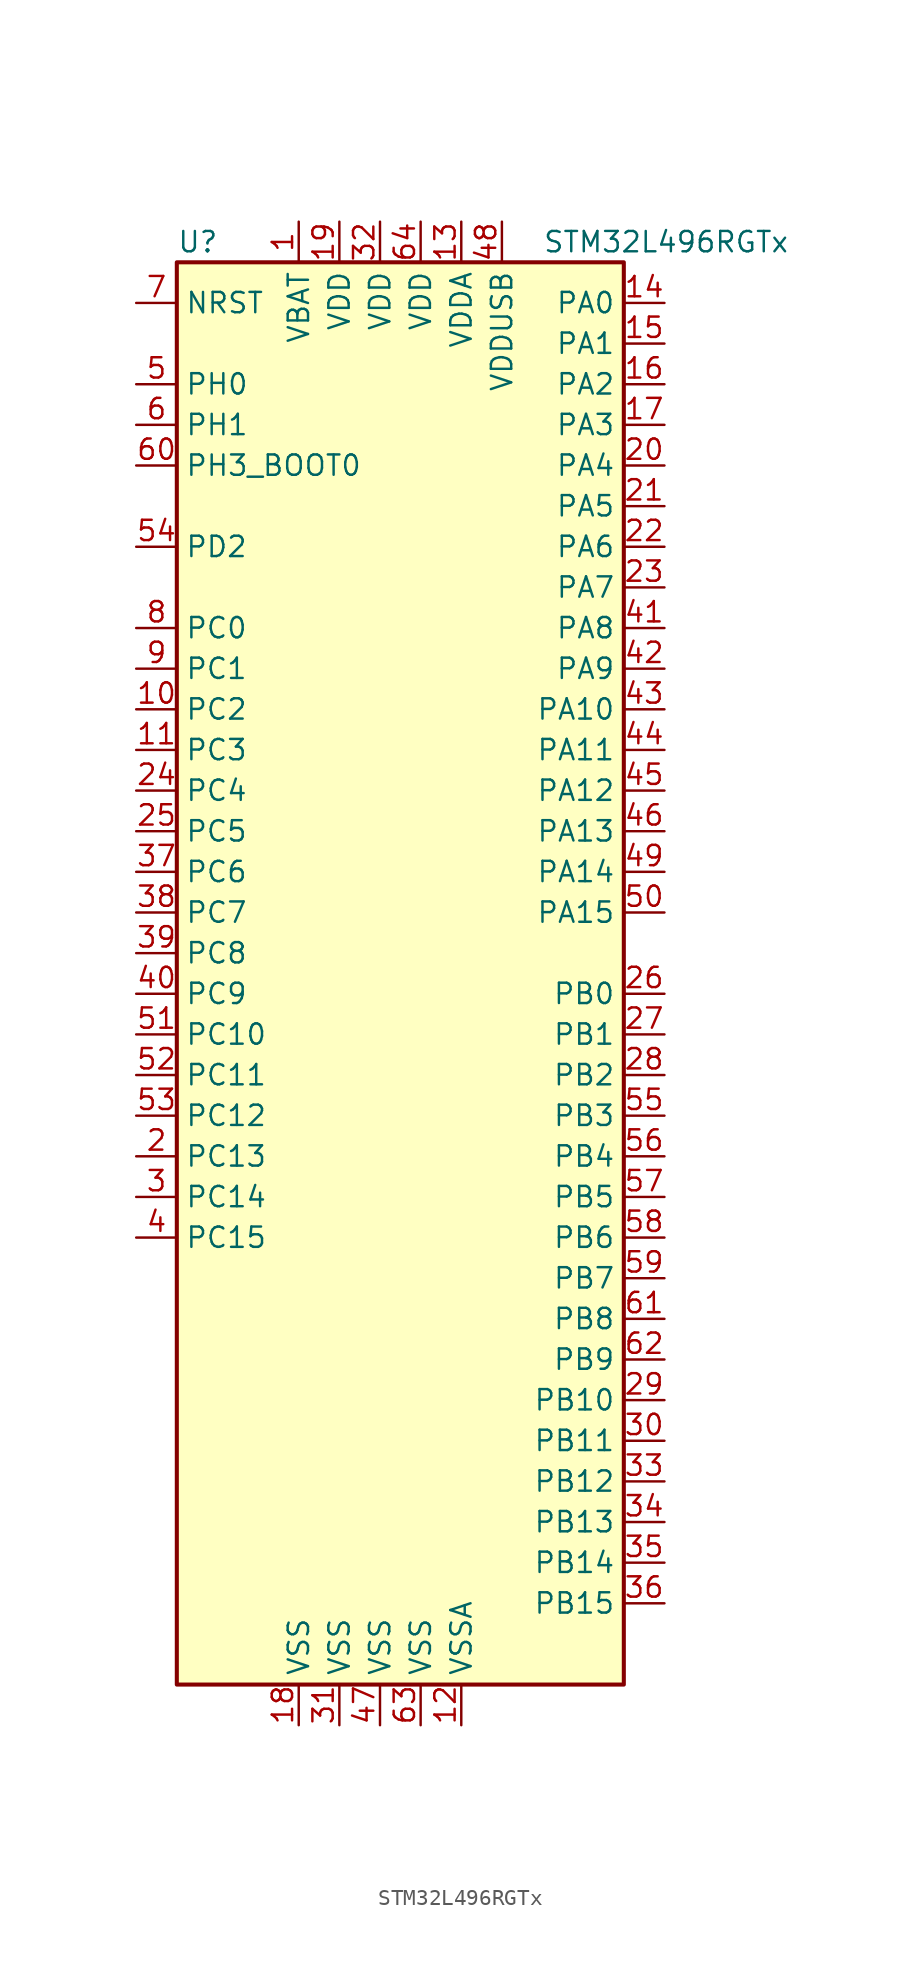
<source format=kicad_sym>
(kicad_symbol_lib
  (version 20241209)
  (generator "kicad_symbol_editor")
  (generator_version "9.0")
  (symbol "STM32L496RGTx"
    (property "Reference" "U"
      (at -12.7 46.99 0)
      (effects (font (size 1.27 1.27)) (justify left)))
    (property "Value" "STM32L496RGTx"
      (at 10.16 46.99 0)
      (effects (font (size 1.27 1.27)) (justify left)))
    (property "ki_locked" ""
      (at 0 0 0)
      (effects (font (size 1.27 1.27))))
    (symbol "STM32L496RGTx_0_1"
      (rectangle (start -12.7 45.72) (end 15.24 -43.18) (stroke (width 0.254) (type default)) (fill (type background))))
    (symbol "STM32L496RGTx_1_1"
      (pin input line (at -15.24 43.18 0) (length 2.54) (name "NRST" (effects (font (size 1.27 1.27)))) (number "7" (effects (font (size 1.27 1.27)))))
      (pin bidirectional line (at -15.24 38.1 0) (length 2.54) (name "PH0" (effects (font (size 1.27 1.27)))) (number "5" (effects (font (size 1.27 1.27)))) (alternate "RCC_OSC_IN" bidirectional line))
      (pin bidirectional line (at -15.24 35.56 0) (length 2.54) (name "PH1" (effects (font (size 1.27 1.27)))) (number "6" (effects (font (size 1.27 1.27)))) (alternate "RCC_OSC_OUT" bidirectional line))
      (pin bidirectional line (at -15.24 33.02 0) (length 2.54) (name "PH3_BOOT0" (effects (font (size 1.27 1.27)))) (number "60" (effects (font (size 1.27 1.27)))))
      (pin bidirectional line (at -15.24 27.94 0) (length 2.54) (name "PD2" (effects (font (size 1.27 1.27)))) (number "54" (effects (font (size 1.27 1.27)))) (alternate "DCMI_D11" bidirectional line) (alternate "LCD_COM7" bidirectional line) (alternate "LCD_SEG31" bidirectional line) (alternate "LCD_SEG43" bidirectional line) (alternate "SDMMC1_CMD" bidirectional line) (alternate "SYS_TRACED2" bidirectional line) (alternate "TIM3_ETR" bidirectional line) (alternate "TSC_SYNC" bidirectional line) (alternate "UART5_RX" bidirectional line) (alternate "USART3_DE" bidirectional line) (alternate "USART3_RTS" bidirectional line))
      (pin bidirectional line (at -15.24 22.86 0) (length 2.54) (name "PC0" (effects (font (size 1.27 1.27)))) (number "8" (effects (font (size 1.27 1.27)))) (alternate "ADC1_IN1" bidirectional line) (alternate "ADC2_IN1" bidirectional line) (alternate "ADC3_IN1" bidirectional line) (alternate "DFSDM1_DATIN4" bidirectional line) (alternate "I2C3_SCL" bidirectional line) (alternate "I2C4_SCL" bidirectional line) (alternate "LCD_SEG18" bidirectional line) (alternate "LPTIM1_IN1" bidirectional line) (alternate "LPTIM2_IN1" bidirectional line) (alternate "LPUART1_RX" bidirectional line))
      (pin bidirectional line (at -15.24 20.32 0) (length 2.54) (name "PC1" (effects (font (size 1.27 1.27)))) (number "9" (effects (font (size 1.27 1.27)))) (alternate "ADC1_IN2" bidirectional line) (alternate "ADC2_IN2" bidirectional line) (alternate "ADC3_IN2" bidirectional line) (alternate "DFSDM1_CKIN4" bidirectional line) (alternate "I2C3_SDA" bidirectional line) (alternate "I2C4_SDA" bidirectional line) (alternate "LCD_SEG19" bidirectional line) (alternate "LPTIM1_OUT" bidirectional line) (alternate "LPUART1_TX" bidirectional line) (alternate "QUADSPI_BK2_IO0" bidirectional line) (alternate "SAI1_SD_A" bidirectional line) (alternate "SPI2_MOSI" bidirectional line) (alternate "SYS_TRACED0" bidirectional line))
      (pin bidirectional line (at -15.24 17.78 0) (length 2.54) (name "PC2" (effects (font (size 1.27 1.27)))) (number "10" (effects (font (size 1.27 1.27)))) (alternate "ADC1_IN3" bidirectional line) (alternate "ADC2_IN3" bidirectional line) (alternate "ADC3_IN3" bidirectional line) (alternate "DFSDM1_CKOUT" bidirectional line) (alternate "LCD_SEG20" bidirectional line) (alternate "LPTIM1_IN2" bidirectional line) (alternate "QUADSPI_BK2_IO1" bidirectional line) (alternate "SPI2_MISO" bidirectional line))
      (pin bidirectional line (at -15.24 15.24 0) (length 2.54) (name "PC3" (effects (font (size 1.27 1.27)))) (number "11" (effects (font (size 1.27 1.27)))) (alternate "ADC1_IN4" bidirectional line) (alternate "ADC2_IN4" bidirectional line) (alternate "ADC3_IN4" bidirectional line) (alternate "LCD_VLCD" bidirectional line) (alternate "LPTIM1_ETR" bidirectional line) (alternate "LPTIM2_ETR" bidirectional line) (alternate "QUADSPI_BK2_IO2" bidirectional line) (alternate "SAI1_SD_A" bidirectional line) (alternate "SPI2_MOSI" bidirectional line))
      (pin bidirectional line (at -15.24 12.7 0) (length 2.54) (name "PC4" (effects (font (size 1.27 1.27)))) (number "24" (effects (font (size 1.27 1.27)))) (alternate "ADC1_IN13" bidirectional line) (alternate "ADC2_IN13" bidirectional line) (alternate "COMP1_INM" bidirectional line) (alternate "LCD_SEG22" bidirectional line) (alternate "QUADSPI_BK2_IO3" bidirectional line) (alternate "USART3_TX" bidirectional line))
      (pin bidirectional line (at -15.24 10.16 0) (length 2.54) (name "PC5" (effects (font (size 1.27 1.27)))) (number "25" (effects (font (size 1.27 1.27)))) (alternate "ADC1_IN14" bidirectional line) (alternate "ADC2_IN14" bidirectional line) (alternate "COMP1_INP" bidirectional line) (alternate "LCD_SEG23" bidirectional line) (alternate "SYS_WKUP5" bidirectional line) (alternate "USART3_RX" bidirectional line))
      (pin bidirectional line (at -15.24 7.62 0) (length 2.54) (name "PC6" (effects (font (size 1.27 1.27)))) (number "37" (effects (font (size 1.27 1.27)))) (alternate "DCMI_D0" bidirectional line) (alternate "DFSDM1_CKIN3" bidirectional line) (alternate "LCD_SEG24" bidirectional line) (alternate "SAI2_MCLK_A" bidirectional line) (alternate "SDMMC1_D6" bidirectional line) (alternate "TIM3_CH1" bidirectional line) (alternate "TIM8_CH1" bidirectional line) (alternate "TSC_G4_IO1" bidirectional line))
      (pin bidirectional line (at -15.24 5.08 0) (length 2.54) (name "PC7" (effects (font (size 1.27 1.27)))) (number "38" (effects (font (size 1.27 1.27)))) (alternate "DCMI_D1" bidirectional line) (alternate "DFSDM1_DATIN3" bidirectional line) (alternate "LCD_SEG25" bidirectional line) (alternate "SAI2_MCLK_B" bidirectional line) (alternate "SDMMC1_D7" bidirectional line) (alternate "TIM3_CH2" bidirectional line) (alternate "TIM8_CH2" bidirectional line) (alternate "TSC_G4_IO2" bidirectional line))
      (pin bidirectional line (at -15.24 2.54 0) (length 2.54) (name "PC8" (effects (font (size 1.27 1.27)))) (number "39" (effects (font (size 1.27 1.27)))) (alternate "DCMI_D2" bidirectional line) (alternate "LCD_SEG26" bidirectional line) (alternate "SDMMC1_D0" bidirectional line) (alternate "TIM3_CH3" bidirectional line) (alternate "TIM8_CH3" bidirectional line) (alternate "TSC_G4_IO3" bidirectional line))
      (pin bidirectional line (at -15.24 0 0) (length 2.54) (name "PC9" (effects (font (size 1.27 1.27)))) (number "40" (effects (font (size 1.27 1.27)))) (alternate "DAC1_EXTI9" bidirectional line) (alternate "DCMI_D3" bidirectional line) (alternate "I2C3_SDA" bidirectional line) (alternate "LCD_SEG27" bidirectional line) (alternate "SAI2_EXTCLK" bidirectional line) (alternate "SDMMC1_D1" bidirectional line) (alternate "TIM3_CH4" bidirectional line) (alternate "TIM8_BKIN2" bidirectional line) (alternate "TIM8_BKIN2_COMP1" bidirectional line) (alternate "TIM8_CH4" bidirectional line) (alternate "TSC_G4_IO4" bidirectional line) (alternate "USB_OTG_FS_NOE" bidirectional line))
      (pin bidirectional line (at -15.24 -2.54 0) (length 2.54) (name "PC10" (effects (font (size 1.27 1.27)))) (number "51" (effects (font (size 1.27 1.27)))) (alternate "DCMI_D8" bidirectional line) (alternate "LCD_COM4" bidirectional line) (alternate "LCD_SEG28" bidirectional line) (alternate "LCD_SEG40" bidirectional line) (alternate "SAI2_SCK_B" bidirectional line) (alternate "SDMMC1_D2" bidirectional line) (alternate "SPI3_SCK" bidirectional line) (alternate "SYS_TRACED1" bidirectional line) (alternate "TSC_G3_IO2" bidirectional line) (alternate "UART4_TX" bidirectional line) (alternate "USART3_TX" bidirectional line))
      (pin bidirectional line (at -15.24 -5.08 0) (length 2.54) (name "PC11" (effects (font (size 1.27 1.27)))) (number "52" (effects (font (size 1.27 1.27)))) (alternate "ADC1_EXTI11" bidirectional line) (alternate "ADC2_EXTI11" bidirectional line) (alternate "ADC3_EXTI11" bidirectional line) (alternate "DCMI_D4" bidirectional line) (alternate "LCD_COM5" bidirectional line) (alternate "LCD_SEG29" bidirectional line) (alternate "LCD_SEG41" bidirectional line) (alternate "QUADSPI_BK2_NCS" bidirectional line) (alternate "SAI2_MCLK_B" bidirectional line) (alternate "SDMMC1_D3" bidirectional line) (alternate "SPI3_MISO" bidirectional line) (alternate "TSC_G3_IO3" bidirectional line) (alternate "UART4_RX" bidirectional line) (alternate "USART3_RX" bidirectional line))
      (pin bidirectional line (at -15.24 -7.62 0) (length 2.54) (name "PC12" (effects (font (size 1.27 1.27)))) (number "53" (effects (font (size 1.27 1.27)))) (alternate "DCMI_D9" bidirectional line) (alternate "LCD_COM6" bidirectional line) (alternate "LCD_SEG30" bidirectional line) (alternate "LCD_SEG42" bidirectional line) (alternate "SAI2_SD_B" bidirectional line) (alternate "SDMMC1_CK" bidirectional line) (alternate "SPI3_MOSI" bidirectional line) (alternate "SYS_TRACED3" bidirectional line) (alternate "TSC_G3_IO4" bidirectional line) (alternate "UART5_TX" bidirectional line) (alternate "USART3_CK" bidirectional line))
      (pin bidirectional line (at -15.24 -10.16 0) (length 2.54) (name "PC13" (effects (font (size 1.27 1.27)))) (number "2" (effects (font (size 1.27 1.27)))) (alternate "RTC_OUT_ALARM" bidirectional line) (alternate "RTC_OUT_CALIB" bidirectional line) (alternate "RTC_TAMP1" bidirectional line) (alternate "RTC_TS" bidirectional line) (alternate "SYS_WKUP2" bidirectional line))
      (pin bidirectional line (at -15.24 -12.7 0) (length 2.54) (name "PC14" (effects (font (size 1.27 1.27)))) (number "3" (effects (font (size 1.27 1.27)))) (alternate "RCC_OSC32_IN" bidirectional line))
      (pin bidirectional line (at -15.24 -15.24 0) (length 2.54) (name "PC15" (effects (font (size 1.27 1.27)))) (number "4" (effects (font (size 1.27 1.27)))) (alternate "ADC1_EXTI15" bidirectional line) (alternate "ADC2_EXTI15" bidirectional line) (alternate "ADC3_EXTI15" bidirectional line) (alternate "RCC_OSC32_OUT" bidirectional line))
      (pin power_in line (at -5.08 48.26 270) (length 2.54) (name "VBAT" (effects (font (size 1.27 1.27)))) (number "1" (effects (font (size 1.27 1.27)))))
      (pin power_in line (at -5.08 -45.72 90) (length 2.54) (name "VSS" (effects (font (size 1.27 1.27)))) (number "18" (effects (font (size 1.27 1.27)))))
      (pin power_in line (at -2.54 48.26 270) (length 2.54) (name "VDD" (effects (font (size 1.27 1.27)))) (number "19" (effects (font (size 1.27 1.27)))))
      (pin power_in line (at -2.54 -45.72 90) (length 2.54) (name "VSS" (effects (font (size 1.27 1.27)))) (number "31" (effects (font (size 1.27 1.27)))))
      (pin power_in line (at 0 48.26 270) (length 2.54) (name "VDD" (effects (font (size 1.27 1.27)))) (number "32" (effects (font (size 1.27 1.27)))))
      (pin power_in line (at 0 -45.72 90) (length 2.54) (name "VSS" (effects (font (size 1.27 1.27)))) (number "47" (effects (font (size 1.27 1.27)))))
      (pin power_in line (at 2.54 48.26 270) (length 2.54) (name "VDD" (effects (font (size 1.27 1.27)))) (number "64" (effects (font (size 1.27 1.27)))))
      (pin power_in line (at 2.54 -45.72 90) (length 2.54) (name "VSS" (effects (font (size 1.27 1.27)))) (number "63" (effects (font (size 1.27 1.27)))))
      (pin power_in line (at 5.08 48.26 270) (length 2.54) (name "VDDA" (effects (font (size 1.27 1.27)))) (number "13" (effects (font (size 1.27 1.27)))))
      (pin power_in line (at 5.08 -45.72 90) (length 2.54) (name "VSSA" (effects (font (size 1.27 1.27)))) (number "12" (effects (font (size 1.27 1.27)))))
      (pin power_in line (at 7.62 48.26 270) (length 2.54) (name "VDDUSB" (effects (font (size 1.27 1.27)))) (number "48" (effects (font (size 1.27 1.27)))))
      (pin bidirectional line (at 17.78 43.18 180) (length 2.54) (name "PA0" (effects (font (size 1.27 1.27)))) (number "14" (effects (font (size 1.27 1.27)))) (alternate "ADC1_IN5" bidirectional line) (alternate "ADC2_IN5" bidirectional line) (alternate "OPAMP1_VINP" bidirectional line) (alternate "RTC_TAMP2" bidirectional line) (alternate "SAI1_EXTCLK" bidirectional line) (alternate "SYS_WKUP1" bidirectional line) (alternate "TIM2_CH1" bidirectional line) (alternate "TIM2_ETR" bidirectional line) (alternate "TIM5_CH1" bidirectional line) (alternate "TIM8_ETR" bidirectional line) (alternate "UART4_TX" bidirectional line) (alternate "USART2_CTS" bidirectional line))
      (pin bidirectional line (at 17.78 40.64 180) (length 2.54) (name "PA1" (effects (font (size 1.27 1.27)))) (number "15" (effects (font (size 1.27 1.27)))) (alternate "ADC1_IN6" bidirectional line) (alternate "ADC2_IN6" bidirectional line) (alternate "I2C1_SMBA" bidirectional line) (alternate "LCD_SEG0" bidirectional line) (alternate "OPAMP1_VINM" bidirectional line) (alternate "SPI1_SCK" bidirectional line) (alternate "TIM15_CH1N" bidirectional line) (alternate "TIM2_CH2" bidirectional line) (alternate "TIM5_CH2" bidirectional line) (alternate "UART4_RX" bidirectional line) (alternate "USART2_DE" bidirectional line) (alternate "USART2_RTS" bidirectional line))
      (pin bidirectional line (at 17.78 38.1 180) (length 2.54) (name "PA2" (effects (font (size 1.27 1.27)))) (number "16" (effects (font (size 1.27 1.27)))) (alternate "ADC1_IN7" bidirectional line) (alternate "ADC2_IN7" bidirectional line) (alternate "LCD_SEG1" bidirectional line) (alternate "LPUART1_TX" bidirectional line) (alternate "QUADSPI_BK1_NCS" bidirectional line) (alternate "RCC_LSCO" bidirectional line) (alternate "SAI2_EXTCLK" bidirectional line) (alternate "SYS_WKUP4" bidirectional line) (alternate "TIM15_CH1" bidirectional line) (alternate "TIM2_CH3" bidirectional line) (alternate "TIM5_CH3" bidirectional line) (alternate "USART2_TX" bidirectional line))
      (pin bidirectional line (at 17.78 35.56 180) (length 2.54) (name "PA3" (effects (font (size 1.27 1.27)))) (number "17" (effects (font (size 1.27 1.27)))) (alternate "ADC1_IN8" bidirectional line) (alternate "ADC2_IN8" bidirectional line) (alternate "LCD_SEG2" bidirectional line) (alternate "LPUART1_RX" bidirectional line) (alternate "OPAMP1_VOUT" bidirectional line) (alternate "QUADSPI_CLK" bidirectional line) (alternate "SAI1_MCLK_A" bidirectional line) (alternate "TIM15_CH2" bidirectional line) (alternate "TIM2_CH4" bidirectional line) (alternate "TIM5_CH4" bidirectional line) (alternate "USART2_RX" bidirectional line))
      (pin bidirectional line (at 17.78 33.02 180) (length 2.54) (name "PA4" (effects (font (size 1.27 1.27)))) (number "20" (effects (font (size 1.27 1.27)))) (alternate "ADC1_IN9" bidirectional line) (alternate "ADC2_IN9" bidirectional line) (alternate "DAC1_OUT1" bidirectional line) (alternate "DCMI_HSYNC" bidirectional line) (alternate "LPTIM2_OUT" bidirectional line) (alternate "SAI1_FS_B" bidirectional line) (alternate "SPI1_NSS" bidirectional line) (alternate "SPI3_NSS" bidirectional line) (alternate "USART2_CK" bidirectional line))
      (pin bidirectional line (at 17.78 30.48 180) (length 2.54) (name "PA5" (effects (font (size 1.27 1.27)))) (number "21" (effects (font (size 1.27 1.27)))) (alternate "ADC1_IN10" bidirectional line) (alternate "ADC2_IN10" bidirectional line) (alternate "DAC1_OUT2" bidirectional line) (alternate "LPTIM2_ETR" bidirectional line) (alternate "SPI1_SCK" bidirectional line) (alternate "TIM2_CH1" bidirectional line) (alternate "TIM2_ETR" bidirectional line) (alternate "TIM8_CH1N" bidirectional line))
      (pin bidirectional line (at 17.78 27.94 180) (length 2.54) (name "PA6" (effects (font (size 1.27 1.27)))) (number "22" (effects (font (size 1.27 1.27)))) (alternate "ADC1_IN11" bidirectional line) (alternate "ADC2_IN11" bidirectional line) (alternate "DCMI_PIXCLK" bidirectional line) (alternate "LCD_SEG3" bidirectional line) (alternate "LPUART1_CTS" bidirectional line) (alternate "OPAMP2_VINP" bidirectional line) (alternate "QUADSPI_BK1_IO3" bidirectional line) (alternate "SPI1_MISO" bidirectional line) (alternate "TIM16_CH1" bidirectional line) (alternate "TIM1_BKIN" bidirectional line) (alternate "TIM1_BKIN_COMP2" bidirectional line) (alternate "TIM3_CH1" bidirectional line) (alternate "TIM8_BKIN" bidirectional line) (alternate "TIM8_BKIN_COMP2" bidirectional line) (alternate "USART3_CTS" bidirectional line))
      (pin bidirectional line (at 17.78 25.4 180) (length 2.54) (name "PA7" (effects (font (size 1.27 1.27)))) (number "23" (effects (font (size 1.27 1.27)))) (alternate "ADC1_IN12" bidirectional line) (alternate "ADC2_IN12" bidirectional line) (alternate "I2C3_SCL" bidirectional line) (alternate "LCD_SEG4" bidirectional line) (alternate "OPAMP2_VINM" bidirectional line) (alternate "QUADSPI_BK1_IO2" bidirectional line) (alternate "SPI1_MOSI" bidirectional line) (alternate "TIM17_CH1" bidirectional line) (alternate "TIM1_CH1N" bidirectional line) (alternate "TIM3_CH2" bidirectional line) (alternate "TIM8_CH1N" bidirectional line))
      (pin bidirectional line (at 17.78 22.86 180) (length 2.54) (name "PA8" (effects (font (size 1.27 1.27)))) (number "41" (effects (font (size 1.27 1.27)))) (alternate "LCD_COM0" bidirectional line) (alternate "LPTIM2_OUT" bidirectional line) (alternate "RCC_MCO" bidirectional line) (alternate "SAI1_SCK_A" bidirectional line) (alternate "SWPMI1_IO" bidirectional line) (alternate "TIM1_CH1" bidirectional line) (alternate "USART1_CK" bidirectional line) (alternate "USB_OTG_FS_SOF" bidirectional line))
      (pin bidirectional line (at 17.78 20.32 180) (length 2.54) (name "PA9" (effects (font (size 1.27 1.27)))) (number "42" (effects (font (size 1.27 1.27)))) (alternate "DAC1_EXTI9" bidirectional line) (alternate "DCMI_D0" bidirectional line) (alternate "LCD_COM1" bidirectional line) (alternate "SAI1_FS_A" bidirectional line) (alternate "SPI2_SCK" bidirectional line) (alternate "TIM15_BKIN" bidirectional line) (alternate "TIM1_CH2" bidirectional line) (alternate "USART1_TX" bidirectional line) (alternate "USB_OTG_FS_VBUS" bidirectional line))
      (pin bidirectional line (at 17.78 17.78 180) (length 2.54) (name "PA10" (effects (font (size 1.27 1.27)))) (number "43" (effects (font (size 1.27 1.27)))) (alternate "DCMI_D1" bidirectional line) (alternate "LCD_COM2" bidirectional line) (alternate "SAI1_SD_A" bidirectional line) (alternate "TIM17_BKIN" bidirectional line) (alternate "TIM1_CH3" bidirectional line) (alternate "USART1_RX" bidirectional line) (alternate "USB_OTG_FS_ID" bidirectional line))
      (pin bidirectional line (at 17.78 15.24 180) (length 2.54) (name "PA11" (effects (font (size 1.27 1.27)))) (number "44" (effects (font (size 1.27 1.27)))) (alternate "ADC1_EXTI11" bidirectional line) (alternate "ADC2_EXTI11" bidirectional line) (alternate "ADC3_EXTI11" bidirectional line) (alternate "CAN1_RX" bidirectional line) (alternate "SPI1_MISO" bidirectional line) (alternate "TIM1_BKIN2" bidirectional line) (alternate "TIM1_BKIN2_COMP1" bidirectional line) (alternate "TIM1_CH4" bidirectional line) (alternate "USART1_CTS" bidirectional line) (alternate "USB_OTG_FS_DM" bidirectional line))
      (pin bidirectional line (at 17.78 12.7 180) (length 2.54) (name "PA12" (effects (font (size 1.27 1.27)))) (number "45" (effects (font (size 1.27 1.27)))) (alternate "CAN1_TX" bidirectional line) (alternate "SPI1_MOSI" bidirectional line) (alternate "TIM1_ETR" bidirectional line) (alternate "USART1_DE" bidirectional line) (alternate "USART1_RTS" bidirectional line) (alternate "USB_OTG_FS_DP" bidirectional line))
      (pin bidirectional line (at 17.78 10.16 180) (length 2.54) (name "PA13" (effects (font (size 1.27 1.27)))) (number "46" (effects (font (size 1.27 1.27)))) (alternate "IR_OUT" bidirectional line) (alternate "SAI1_SD_B" bidirectional line) (alternate "SWPMI1_TX" bidirectional line) (alternate "SYS_JTMS-SWDIO" bidirectional line) (alternate "USB_OTG_FS_NOE" bidirectional line))
      (pin bidirectional line (at 17.78 7.62 180) (length 2.54) (name "PA14" (effects (font (size 1.27 1.27)))) (number "49" (effects (font (size 1.27 1.27)))) (alternate "I2C1_SMBA" bidirectional line) (alternate "I2C4_SMBA" bidirectional line) (alternate "LPTIM1_OUT" bidirectional line) (alternate "SAI1_FS_B" bidirectional line) (alternate "SWPMI1_RX" bidirectional line) (alternate "SYS_JTCK-SWCLK" bidirectional line) (alternate "USB_OTG_FS_SOF" bidirectional line))
      (pin bidirectional line (at 17.78 5.08 180) (length 2.54) (name "PA15" (effects (font (size 1.27 1.27)))) (number "50" (effects (font (size 1.27 1.27)))) (alternate "ADC1_EXTI15" bidirectional line) (alternate "ADC2_EXTI15" bidirectional line) (alternate "ADC3_EXTI15" bidirectional line) (alternate "LCD_SEG17" bidirectional line) (alternate "SAI2_FS_B" bidirectional line) (alternate "SPI1_NSS" bidirectional line) (alternate "SPI3_NSS" bidirectional line) (alternate "SWPMI1_SUSPEND" bidirectional line) (alternate "SYS_JTDI" bidirectional line) (alternate "TIM2_CH1" bidirectional line) (alternate "TIM2_ETR" bidirectional line) (alternate "TSC_G3_IO1" bidirectional line) (alternate "UART4_DE" bidirectional line) (alternate "UART4_RTS" bidirectional line) (alternate "USART2_RX" bidirectional line) (alternate "USART3_DE" bidirectional line) (alternate "USART3_RTS" bidirectional line))
      (pin bidirectional line (at 17.78 0 180) (length 2.54) (name "PB0" (effects (font (size 1.27 1.27)))) (number "26" (effects (font (size 1.27 1.27)))) (alternate "ADC1_IN15" bidirectional line) (alternate "ADC2_IN15" bidirectional line) (alternate "COMP1_OUT" bidirectional line) (alternate "LCD_SEG5" bidirectional line) (alternate "OPAMP2_VOUT" bidirectional line) (alternate "QUADSPI_BK1_IO1" bidirectional line) (alternate "SAI1_EXTCLK" bidirectional line) (alternate "SPI1_NSS" bidirectional line) (alternate "TIM1_CH2N" bidirectional line) (alternate "TIM3_CH3" bidirectional line) (alternate "TIM8_CH2N" bidirectional line) (alternate "USART3_CK" bidirectional line))
      (pin bidirectional line (at 17.78 -2.54 180) (length 2.54) (name "PB1" (effects (font (size 1.27 1.27)))) (number "27" (effects (font (size 1.27 1.27)))) (alternate "ADC1_IN16" bidirectional line) (alternate "ADC2_IN16" bidirectional line) (alternate "COMP1_INM" bidirectional line) (alternate "DFSDM1_DATIN0" bidirectional line) (alternate "LCD_SEG6" bidirectional line) (alternate "LPTIM2_IN1" bidirectional line) (alternate "LPUART1_DE" bidirectional line) (alternate "LPUART1_RTS" bidirectional line) (alternate "QUADSPI_BK1_IO0" bidirectional line) (alternate "TIM1_CH3N" bidirectional line) (alternate "TIM3_CH4" bidirectional line) (alternate "TIM8_CH3N" bidirectional line) (alternate "USART3_DE" bidirectional line) (alternate "USART3_RTS" bidirectional line))
      (pin bidirectional line (at 17.78 -5.08 180) (length 2.54) (name "PB2" (effects (font (size 1.27 1.27)))) (number "28" (effects (font (size 1.27 1.27)))) (alternate "COMP1_INP" bidirectional line) (alternate "DFSDM1_CKIN0" bidirectional line) (alternate "I2C3_SMBA" bidirectional line) (alternate "LCD_VLCD" bidirectional line) (alternate "LPTIM1_OUT" bidirectional line) (alternate "RTC_OUT_ALARM" bidirectional line) (alternate "RTC_OUT_CALIB" bidirectional line))
      (pin bidirectional line (at 17.78 -7.62 180) (length 2.54) (name "PB3" (effects (font (size 1.27 1.27)))) (number "55" (effects (font (size 1.27 1.27)))) (alternate "COMP2_INM" bidirectional line) (alternate "CRS_SYNC" bidirectional line) (alternate "LCD_SEG7" bidirectional line) (alternate "SAI1_SCK_B" bidirectional line) (alternate "SPI1_SCK" bidirectional line) (alternate "SPI3_SCK" bidirectional line) (alternate "SYS_JTDO-SWO" bidirectional line) (alternate "TIM2_CH2" bidirectional line) (alternate "USART1_DE" bidirectional line) (alternate "USART1_RTS" bidirectional line))
      (pin bidirectional line (at 17.78 -10.16 180) (length 2.54) (name "PB4" (effects (font (size 1.27 1.27)))) (number "56" (effects (font (size 1.27 1.27)))) (alternate "COMP2_INP" bidirectional line) (alternate "DCMI_D12" bidirectional line) (alternate "I2C3_SDA" bidirectional line) (alternate "LCD_SEG8" bidirectional line) (alternate "SAI1_MCLK_B" bidirectional line) (alternate "SPI1_MISO" bidirectional line) (alternate "SPI3_MISO" bidirectional line) (alternate "SYS_JTRST" bidirectional line) (alternate "TIM17_BKIN" bidirectional line) (alternate "TIM3_CH1" bidirectional line) (alternate "TSC_G2_IO1" bidirectional line) (alternate "UART5_DE" bidirectional line) (alternate "UART5_RTS" bidirectional line) (alternate "USART1_CTS" bidirectional line))
      (pin bidirectional line (at 17.78 -12.7 180) (length 2.54) (name "PB5" (effects (font (size 1.27 1.27)))) (number "57" (effects (font (size 1.27 1.27)))) (alternate "CAN2_RX" bidirectional line) (alternate "COMP2_OUT" bidirectional line) (alternate "DCMI_D10" bidirectional line) (alternate "I2C1_SMBA" bidirectional line) (alternate "LCD_SEG9" bidirectional line) (alternate "LPTIM1_IN1" bidirectional line) (alternate "SAI1_SD_B" bidirectional line) (alternate "SPI1_MOSI" bidirectional line) (alternate "SPI3_MOSI" bidirectional line) (alternate "TIM16_BKIN" bidirectional line) (alternate "TIM3_CH2" bidirectional line) (alternate "TSC_G2_IO2" bidirectional line) (alternate "UART5_CTS" bidirectional line) (alternate "USART1_CK" bidirectional line))
      (pin bidirectional line (at 17.78 -15.24 180) (length 2.54) (name "PB6" (effects (font (size 1.27 1.27)))) (number "58" (effects (font (size 1.27 1.27)))) (alternate "CAN2_TX" bidirectional line) (alternate "COMP2_INP" bidirectional line) (alternate "DCMI_D5" bidirectional line) (alternate "DFSDM1_DATIN5" bidirectional line) (alternate "I2C1_SCL" bidirectional line) (alternate "I2C4_SCL" bidirectional line) (alternate "LPTIM1_ETR" bidirectional line) (alternate "SAI1_FS_B" bidirectional line) (alternate "TIM16_CH1N" bidirectional line) (alternate "TIM4_CH1" bidirectional line) (alternate "TIM8_BKIN2" bidirectional line) (alternate "TIM8_BKIN2_COMP2" bidirectional line) (alternate "TSC_G2_IO3" bidirectional line) (alternate "USART1_TX" bidirectional line))
      (pin bidirectional line (at 17.78 -17.78 180) (length 2.54) (name "PB7" (effects (font (size 1.27 1.27)))) (number "59" (effects (font (size 1.27 1.27)))) (alternate "COMP2_INM" bidirectional line) (alternate "DCMI_VSYNC" bidirectional line) (alternate "DFSDM1_CKIN5" bidirectional line) (alternate "I2C1_SDA" bidirectional line) (alternate "I2C4_SDA" bidirectional line) (alternate "LCD_SEG21" bidirectional line) (alternate "LPTIM1_IN2" bidirectional line) (alternate "SYS_PVD_IN" bidirectional line) (alternate "TIM17_CH1N" bidirectional line) (alternate "TIM4_CH2" bidirectional line) (alternate "TIM8_BKIN" bidirectional line) (alternate "TIM8_BKIN_COMP1" bidirectional line) (alternate "TSC_G2_IO4" bidirectional line) (alternate "UART4_CTS" bidirectional line) (alternate "USART1_RX" bidirectional line))
      (pin bidirectional line (at 17.78 -20.32 180) (length 2.54) (name "PB8" (effects (font (size 1.27 1.27)))) (number "61" (effects (font (size 1.27 1.27)))) (alternate "CAN1_RX" bidirectional line) (alternate "DCMI_D6" bidirectional line) (alternate "DFSDM1_DATIN6" bidirectional line) (alternate "I2C1_SCL" bidirectional line) (alternate "LCD_SEG16" bidirectional line) (alternate "SAI1_MCLK_A" bidirectional line) (alternate "SDMMC1_D4" bidirectional line) (alternate "TIM16_CH1" bidirectional line) (alternate "TIM4_CH3" bidirectional line))
      (pin bidirectional line (at 17.78 -22.86 180) (length 2.54) (name "PB9" (effects (font (size 1.27 1.27)))) (number "62" (effects (font (size 1.27 1.27)))) (alternate "CAN1_TX" bidirectional line) (alternate "DAC1_EXTI9" bidirectional line) (alternate "DCMI_D7" bidirectional line) (alternate "DFSDM1_CKIN6" bidirectional line) (alternate "I2C1_SDA" bidirectional line) (alternate "IR_OUT" bidirectional line) (alternate "LCD_COM3" bidirectional line) (alternate "SAI1_FS_A" bidirectional line) (alternate "SDMMC1_D5" bidirectional line) (alternate "SPI2_NSS" bidirectional line) (alternate "TIM17_CH1" bidirectional line) (alternate "TIM4_CH4" bidirectional line))
      (pin bidirectional line (at 17.78 -25.4 180) (length 2.54) (name "PB10" (effects (font (size 1.27 1.27)))) (number "29" (effects (font (size 1.27 1.27)))) (alternate "COMP1_OUT" bidirectional line) (alternate "DFSDM1_DATIN7" bidirectional line) (alternate "I2C2_SCL" bidirectional line) (alternate "I2C4_SCL" bidirectional line) (alternate "LCD_SEG10" bidirectional line) (alternate "LPUART1_RX" bidirectional line) (alternate "QUADSPI_CLK" bidirectional line) (alternate "SAI1_SCK_A" bidirectional line) (alternate "SPI2_SCK" bidirectional line) (alternate "TIM2_CH3" bidirectional line) (alternate "TSC_SYNC" bidirectional line) (alternate "USART3_TX" bidirectional line))
      (pin bidirectional line (at 17.78 -27.94 180) (length 2.54) (name "PB11" (effects (font (size 1.27 1.27)))) (number "30" (effects (font (size 1.27 1.27)))) (alternate "ADC1_EXTI11" bidirectional line) (alternate "ADC2_EXTI11" bidirectional line) (alternate "ADC3_EXTI11" bidirectional line) (alternate "COMP2_OUT" bidirectional line) (alternate "DFSDM1_CKIN7" bidirectional line) (alternate "I2C2_SDA" bidirectional line) (alternate "I2C4_SDA" bidirectional line) (alternate "LCD_SEG11" bidirectional line) (alternate "LPUART1_TX" bidirectional line) (alternate "QUADSPI_BK1_NCS" bidirectional line) (alternate "TIM2_CH4" bidirectional line) (alternate "USART3_RX" bidirectional line))
      (pin bidirectional line (at 17.78 -30.48 180) (length 2.54) (name "PB12" (effects (font (size 1.27 1.27)))) (number "33" (effects (font (size 1.27 1.27)))) (alternate "CAN2_RX" bidirectional line) (alternate "DFSDM1_DATIN1" bidirectional line) (alternate "I2C2_SMBA" bidirectional line) (alternate "LCD_SEG12" bidirectional line) (alternate "LPUART1_DE" bidirectional line) (alternate "LPUART1_RTS" bidirectional line) (alternate "SAI2_FS_A" bidirectional line) (alternate "SPI2_NSS" bidirectional line) (alternate "SWPMI1_IO" bidirectional line) (alternate "TIM15_BKIN" bidirectional line) (alternate "TIM1_BKIN" bidirectional line) (alternate "TIM1_BKIN_COMP2" bidirectional line) (alternate "TSC_G1_IO1" bidirectional line) (alternate "USART3_CK" bidirectional line))
      (pin bidirectional line (at 17.78 -33.02 180) (length 2.54) (name "PB13" (effects (font (size 1.27 1.27)))) (number "34" (effects (font (size 1.27 1.27)))) (alternate "CAN2_TX" bidirectional line) (alternate "DFSDM1_CKIN1" bidirectional line) (alternate "I2C2_SCL" bidirectional line) (alternate "LCD_SEG13" bidirectional line) (alternate "LPUART1_CTS" bidirectional line) (alternate "SAI2_SCK_A" bidirectional line) (alternate "SPI2_SCK" bidirectional line) (alternate "SWPMI1_TX" bidirectional line) (alternate "TIM15_CH1N" bidirectional line) (alternate "TIM1_CH1N" bidirectional line) (alternate "TSC_G1_IO2" bidirectional line) (alternate "USART3_CTS" bidirectional line))
      (pin bidirectional line (at 17.78 -35.56 180) (length 2.54) (name "PB14" (effects (font (size 1.27 1.27)))) (number "35" (effects (font (size 1.27 1.27)))) (alternate "DFSDM1_DATIN2" bidirectional line) (alternate "I2C2_SDA" bidirectional line) (alternate "LCD_SEG14" bidirectional line) (alternate "SAI2_MCLK_A" bidirectional line) (alternate "SPI2_MISO" bidirectional line) (alternate "SWPMI1_RX" bidirectional line) (alternate "TIM15_CH1" bidirectional line) (alternate "TIM1_CH2N" bidirectional line) (alternate "TIM8_CH2N" bidirectional line) (alternate "TSC_G1_IO3" bidirectional line) (alternate "USART3_DE" bidirectional line) (alternate "USART3_RTS" bidirectional line))
      (pin bidirectional line (at 17.78 -38.1 180) (length 2.54) (name "PB15" (effects (font (size 1.27 1.27)))) (number "36" (effects (font (size 1.27 1.27)))) (alternate "ADC1_EXTI15" bidirectional line) (alternate "ADC2_EXTI15" bidirectional line) (alternate "ADC3_EXTI15" bidirectional line) (alternate "DFSDM1_CKIN2" bidirectional line) (alternate "LCD_SEG15" bidirectional line) (alternate "RTC_REFIN" bidirectional line) (alternate "SAI2_SD_A" bidirectional line) (alternate "SPI2_MOSI" bidirectional line) (alternate "SWPMI1_SUSPEND" bidirectional line) (alternate "TIM15_CH2" bidirectional line) (alternate "TIM1_CH3N" bidirectional line) (alternate "TIM8_CH3N" bidirectional line) (alternate "TSC_G1_IO4" bidirectional line)))))
</source>
